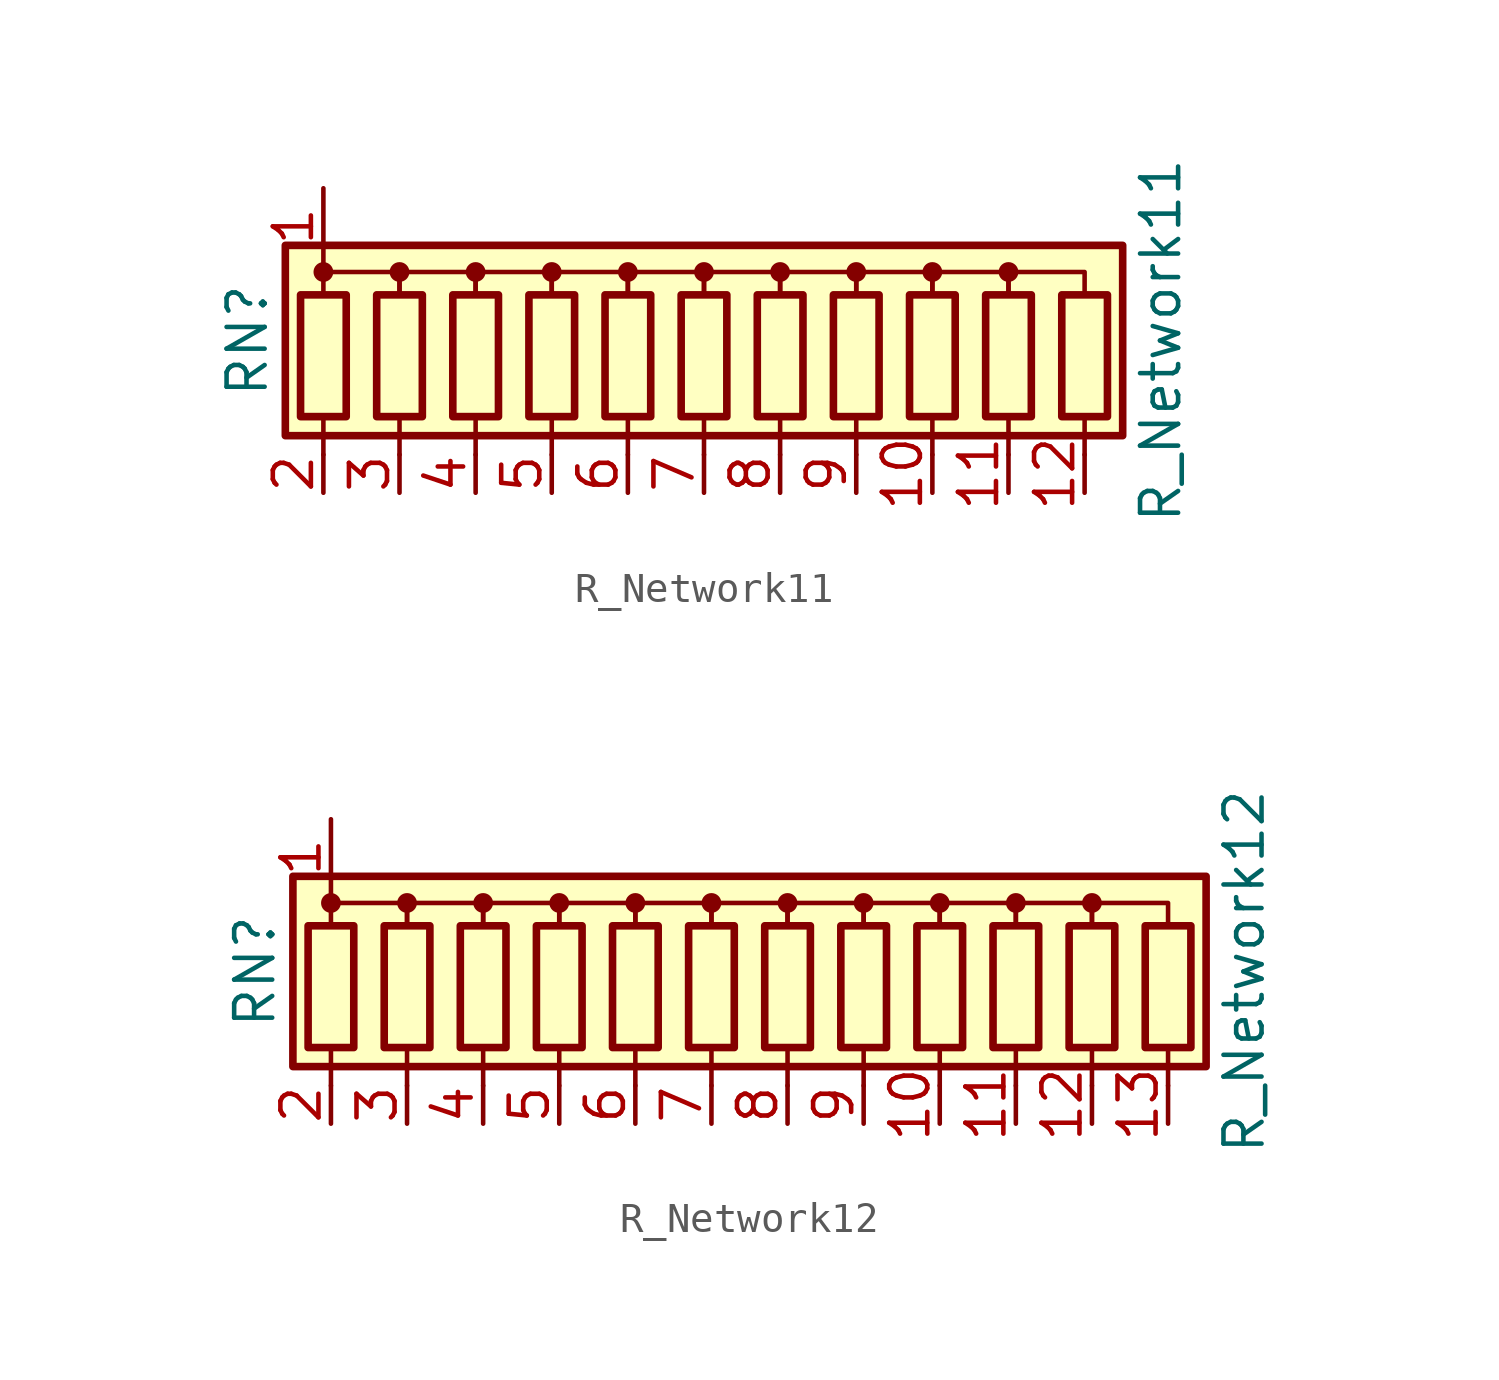
<source format=kicad_sym>
(kicad_symbol_lib
  (version 20201005)
  (generator kicad_symbol_editor)
  (symbol "R_Network11"
    (pin_names
      (offset 0) hide)
    (property "Reference" "RN"
      (at -15.24 0 90)
      (effects (font (size 1.27 1.27))))
    (property "Value" "R_Network11"
      (at 15.24 0 90)
      (effects (font (size 1.27 1.27))))
    (symbol "R_Network11_0_1"
      (circle (center -12.7 2.286) (radius 0.254) (stroke (width 0)) (fill (type outline)))
      (circle (center -10.16 2.286) (radius 0.254) (stroke (width 0)) (fill (type outline)))
      (circle (center -7.62 2.286) (radius 0.254) (stroke (width 0)) (fill (type outline)))
      (circle (center -5.08 2.286) (radius 0.254) (stroke (width 0)) (fill (type outline)))
      (circle (center -2.54 2.286) (radius 0.254) (stroke (width 0)) (fill (type outline)))
      (circle (center 0 2.286) (radius 0.254) (stroke (width 0)) (fill (type outline)))
      (circle (center 2.54 2.286) (radius 0.254) (stroke (width 0)) (fill (type outline)))
      (circle (center 5.08 2.286) (radius 0.254) (stroke (width 0)) (fill (type outline)))
      (circle (center 7.62 2.286) (radius 0.254) (stroke (width 0)) (fill (type outline)))
      (circle (center 10.16 2.286) (radius 0.254) (stroke (width 0)) (fill (type outline)))
      (rectangle (start -13.462 1.524) (end -11.938 -2.54) (stroke (width 0.254)) (fill (type none)))
      (rectangle (start -10.922 1.524) (end -9.398 -2.54) (stroke (width 0.254)) (fill (type none)))
      (rectangle (start -8.382 1.524) (end -6.858 -2.54) (stroke (width 0.254)) (fill (type none)))
      (rectangle (start -5.842 1.524) (end -4.318 -2.54) (stroke (width 0.254)) (fill (type none)))
      (rectangle (start -3.302 1.524) (end -1.778 -2.54) (stroke (width 0.254)) (fill (type none)))
      (rectangle (start -0.762 1.524) (end 0.762 -2.54) (stroke (width 0.254)) (fill (type none)))
      (rectangle (start 1.778 1.524) (end 3.302 -2.54) (stroke (width 0.254)) (fill (type none)))
      (rectangle (start 4.318 1.524) (end 5.842 -2.54) (stroke (width 0.254)) (fill (type none)))
      (rectangle (start 6.858 1.524) (end 8.382 -2.54) (stroke (width 0.254)) (fill (type none)))
      (rectangle (start 9.398 1.524) (end 10.922 -2.54) (stroke (width 0.254)) (fill (type none)))
      (rectangle (start 11.938 1.524) (end 13.462 -2.54) (stroke (width 0.254)) (fill (type none)))
      (rectangle (start -13.97 -3.175) (end 13.97 3.175) (stroke (width 0.254)) (fill (type background)))
      (polyline (pts (xy -12.7 -2.54) (xy -12.7 -3.81)) (stroke (width 0)) (fill (type none)))
      (polyline (pts (xy -10.16 -2.54) (xy -10.16 -3.81)) (stroke (width 0)) (fill (type none)))
      (polyline (pts (xy -7.62 -2.54) (xy -7.62 -3.81)) (stroke (width 0)) (fill (type none)))
      (polyline (pts (xy -5.08 -2.54) (xy -5.08 -3.81)) (stroke (width 0)) (fill (type none)))
      (polyline (pts (xy -2.54 -2.54) (xy -2.54 -3.81)) (stroke (width 0)) (fill (type none)))
      (polyline (pts (xy 0 -2.54) (xy 0 -3.81)) (stroke (width 0)) (fill (type none)))
      (polyline (pts (xy 2.54 -2.54) (xy 2.54 -3.81)) (stroke (width 0)) (fill (type none)))
      (polyline (pts (xy 5.08 -2.54) (xy 5.08 -3.81)) (stroke (width 0)) (fill (type none)))
      (polyline (pts (xy 7.62 -2.54) (xy 7.62 -3.81)) (stroke (width 0)) (fill (type none)))
      (polyline (pts (xy 10.16 -2.54) (xy 10.16 -3.81)) (stroke (width 0)) (fill (type none)))
      (polyline (pts (xy 12.7 -2.54) (xy 12.7 -3.81)) (stroke (width 0)) (fill (type none)))
      (polyline (pts (xy -12.7 1.524) (xy -12.7 2.286) (xy -10.16 2.286) (xy -10.16 1.524)) (stroke (width 0)) (fill (type none)))
      (polyline (pts (xy -10.16 1.524) (xy -10.16 2.286) (xy -7.62 2.286) (xy -7.62 1.524)) (stroke (width 0)) (fill (type none)))
      (polyline (pts (xy -7.62 1.524) (xy -7.62 2.286) (xy -5.08 2.286) (xy -5.08 1.524)) (stroke (width 0)) (fill (type none)))
      (polyline (pts (xy -5.08 1.524) (xy -5.08 2.286) (xy -2.54 2.286) (xy -2.54 1.524)) (stroke (width 0)) (fill (type none)))
      (polyline (pts (xy -2.54 1.524) (xy -2.54 2.286) (xy 0 2.286) (xy 0 1.524)) (stroke (width 0)) (fill (type none)))
      (polyline (pts (xy 0 1.524) (xy 0 2.286) (xy 2.54 2.286) (xy 2.54 1.524)) (stroke (width 0)) (fill (type none)))
      (polyline (pts (xy 2.54 1.524) (xy 2.54 2.286) (xy 5.08 2.286) (xy 5.08 1.524)) (stroke (width 0)) (fill (type none)))
      (polyline (pts (xy 5.08 1.524) (xy 5.08 2.286) (xy 7.62 2.286) (xy 7.62 1.524)) (stroke (width 0)) (fill (type none)))
      (polyline (pts (xy 7.62 1.524) (xy 7.62 2.286) (xy 10.16 2.286) (xy 10.16 1.524)) (stroke (width 0)) (fill (type none)))
      (polyline (pts (xy 10.16 1.524) (xy 10.16 2.286) (xy 12.7 2.286) (xy 12.7 1.524)) (stroke (width 0)) (fill (type none))))
    (symbol "R_Network11_1_1"
      (pin passive line (at -12.7 5.08 270) (length 2.54) (name "common" (effects (font (size 1.27 1.27)))) (number "1" (effects (font (size 1.27 1.27)))))
      (pin passive line (at 7.62 -5.08 90) (length 1.27) (name "R9" (effects (font (size 1.27 1.27)))) (number "10" (effects (font (size 1.27 1.27)))))
      (pin passive line (at 10.16 -5.08 90) (length 1.27) (name "R10" (effects (font (size 1.27 1.27)))) (number "11" (effects (font (size 1.27 1.27)))))
      (pin passive line (at 12.7 -5.08 90) (length 1.27) (name "R11" (effects (font (size 1.27 1.27)))) (number "12" (effects (font (size 1.27 1.27)))))
      (pin passive line (at -12.7 -5.08 90) (length 1.27) (name "R1" (effects (font (size 1.27 1.27)))) (number "2" (effects (font (size 1.27 1.27)))))
      (pin passive line (at -10.16 -5.08 90) (length 1.27) (name "R2" (effects (font (size 1.27 1.27)))) (number "3" (effects (font (size 1.27 1.27)))))
      (pin passive line (at -7.62 -5.08 90) (length 1.27) (name "R3" (effects (font (size 1.27 1.27)))) (number "4" (effects (font (size 1.27 1.27)))))
      (pin passive line (at -5.08 -5.08 90) (length 1.27) (name "R4" (effects (font (size 1.27 1.27)))) (number "5" (effects (font (size 1.27 1.27)))))
      (pin passive line (at -2.54 -5.08 90) (length 1.27) (name "R5" (effects (font (size 1.27 1.27)))) (number "6" (effects (font (size 1.27 1.27)))))
      (pin passive line (at 0 -5.08 90) (length 1.27) (name "R6" (effects (font (size 1.27 1.27)))) (number "7" (effects (font (size 1.27 1.27)))))
      (pin passive line (at 2.54 -5.08 90) (length 1.27) (name "R7" (effects (font (size 1.27 1.27)))) (number "8" (effects (font (size 1.27 1.27)))))
      (pin passive line (at 5.08 -5.08 90) (length 1.27) (name "R8" (effects (font (size 1.27 1.27)))) (number "9" (effects (font (size 1.27 1.27)))))))
  (symbol "R_Network12"
    (pin_names
      (offset 0) hide)
    (property "Reference" "RN"
      (at -17.78 0 90)
      (effects (font (size 1.27 1.27))))
    (property "Value" "R_Network12"
      (at 15.24 0 90)
      (effects (font (size 1.27 1.27))))
    (symbol "R_Network12_0_1"
      (circle (center -15.24 2.286) (radius 0.254) (stroke (width 0)) (fill (type outline)))
      (circle (center -12.7 2.286) (radius 0.254) (stroke (width 0)) (fill (type outline)))
      (circle (center -10.16 2.286) (radius 0.254) (stroke (width 0)) (fill (type outline)))
      (circle (center -7.62 2.286) (radius 0.254) (stroke (width 0)) (fill (type outline)))
      (circle (center -5.08 2.286) (radius 0.254) (stroke (width 0)) (fill (type outline)))
      (circle (center -2.54 2.286) (radius 0.254) (stroke (width 0)) (fill (type outline)))
      (circle (center 0 2.286) (radius 0.254) (stroke (width 0)) (fill (type outline)))
      (circle (center 2.54 2.286) (radius 0.254) (stroke (width 0)) (fill (type outline)))
      (circle (center 5.08 2.286) (radius 0.254) (stroke (width 0)) (fill (type outline)))
      (circle (center 7.62 2.286) (radius 0.254) (stroke (width 0)) (fill (type outline)))
      (circle (center 10.16 2.286) (radius 0.254) (stroke (width 0)) (fill (type outline)))
      (rectangle (start -16.002 1.524) (end -14.478 -2.54) (stroke (width 0.254)) (fill (type none)))
      (rectangle (start -13.462 1.524) (end -11.938 -2.54) (stroke (width 0.254)) (fill (type none)))
      (rectangle (start -10.922 1.524) (end -9.398 -2.54) (stroke (width 0.254)) (fill (type none)))
      (rectangle (start -8.382 1.524) (end -6.858 -2.54) (stroke (width 0.254)) (fill (type none)))
      (rectangle (start -5.842 1.524) (end -4.318 -2.54) (stroke (width 0.254)) (fill (type none)))
      (rectangle (start -3.302 1.524) (end -1.778 -2.54) (stroke (width 0.254)) (fill (type none)))
      (rectangle (start -0.762 1.524) (end 0.762 -2.54) (stroke (width 0.254)) (fill (type none)))
      (rectangle (start 1.778 1.524) (end 3.302 -2.54) (stroke (width 0.254)) (fill (type none)))
      (rectangle (start 4.318 1.524) (end 5.842 -2.54) (stroke (width 0.254)) (fill (type none)))
      (rectangle (start 6.858 1.524) (end 8.382 -2.54) (stroke (width 0.254)) (fill (type none)))
      (rectangle (start 9.398 1.524) (end 10.922 -2.54) (stroke (width 0.254)) (fill (type none)))
      (rectangle (start 11.938 1.524) (end 13.462 -2.54) (stroke (width 0.254)) (fill (type none)))
      (rectangle (start -16.51 -3.175) (end 13.97 3.175) (stroke (width 0.254)) (fill (type background)))
      (polyline (pts (xy -15.24 -2.54) (xy -15.24 -3.81)) (stroke (width 0)) (fill (type none)))
      (polyline (pts (xy -12.7 -2.54) (xy -12.7 -3.81)) (stroke (width 0)) (fill (type none)))
      (polyline (pts (xy -10.16 -2.54) (xy -10.16 -3.81)) (stroke (width 0)) (fill (type none)))
      (polyline (pts (xy -7.62 -2.54) (xy -7.62 -3.81)) (stroke (width 0)) (fill (type none)))
      (polyline (pts (xy -5.08 -2.54) (xy -5.08 -3.81)) (stroke (width 0)) (fill (type none)))
      (polyline (pts (xy -2.54 -2.54) (xy -2.54 -3.81)) (stroke (width 0)) (fill (type none)))
      (polyline (pts (xy 0 -2.54) (xy 0 -3.81)) (stroke (width 0)) (fill (type none)))
      (polyline (pts (xy 2.54 -2.54) (xy 2.54 -3.81)) (stroke (width 0)) (fill (type none)))
      (polyline (pts (xy 5.08 -2.54) (xy 5.08 -3.81)) (stroke (width 0)) (fill (type none)))
      (polyline (pts (xy 7.62 -2.54) (xy 7.62 -3.81)) (stroke (width 0)) (fill (type none)))
      (polyline (pts (xy 10.16 -2.54) (xy 10.16 -3.81)) (stroke (width 0)) (fill (type none)))
      (polyline (pts (xy 12.7 -2.54) (xy 12.7 -3.81)) (stroke (width 0)) (fill (type none)))
      (polyline (pts (xy -15.24 1.524) (xy -15.24 2.286) (xy -12.7 2.286) (xy -12.7 1.524)) (stroke (width 0)) (fill (type none)))
      (polyline (pts (xy -12.7 1.524) (xy -12.7 2.286) (xy -10.16 2.286) (xy -10.16 1.524)) (stroke (width 0)) (fill (type none)))
      (polyline (pts (xy -10.16 1.524) (xy -10.16 2.286) (xy -7.62 2.286) (xy -7.62 1.524)) (stroke (width 0)) (fill (type none)))
      (polyline (pts (xy -7.62 1.524) (xy -7.62 2.286) (xy -5.08 2.286) (xy -5.08 1.524)) (stroke (width 0)) (fill (type none)))
      (polyline (pts (xy -5.08 1.524) (xy -5.08 2.286) (xy -2.54 2.286) (xy -2.54 1.524)) (stroke (width 0)) (fill (type none)))
      (polyline (pts (xy -2.54 1.524) (xy -2.54 2.286) (xy 0 2.286) (xy 0 1.524)) (stroke (width 0)) (fill (type none)))
      (polyline (pts (xy 0 1.524) (xy 0 2.286) (xy 2.54 2.286) (xy 2.54 1.524)) (stroke (width 0)) (fill (type none)))
      (polyline (pts (xy 2.54 1.524) (xy 2.54 2.286) (xy 5.08 2.286) (xy 5.08 1.524)) (stroke (width 0)) (fill (type none)))
      (polyline (pts (xy 5.08 1.524) (xy 5.08 2.286) (xy 7.62 2.286) (xy 7.62 1.524)) (stroke (width 0)) (fill (type none)))
      (polyline (pts (xy 7.62 1.524) (xy 7.62 2.286) (xy 10.16 2.286) (xy 10.16 1.524)) (stroke (width 0)) (fill (type none)))
      (polyline (pts (xy 10.16 1.524) (xy 10.16 2.286) (xy 12.7 2.286) (xy 12.7 1.524)) (stroke (width 0)) (fill (type none))))
    (symbol "R_Network12_1_1"
      (pin passive line (at -15.24 5.08 270) (length 2.54) (name "common" (effects (font (size 1.27 1.27)))) (number "1" (effects (font (size 1.27 1.27)))))
      (pin passive line (at 5.08 -5.08 90) (length 1.27) (name "R9" (effects (font (size 1.27 1.27)))) (number "10" (effects (font (size 1.27 1.27)))))
      (pin passive line (at 7.62 -5.08 90) (length 1.27) (name "R10" (effects (font (size 1.27 1.27)))) (number "11" (effects (font (size 1.27 1.27)))))
      (pin passive line (at 10.16 -5.08 90) (length 1.27) (name "R11" (effects (font (size 1.27 1.27)))) (number "12" (effects (font (size 1.27 1.27)))))
      (pin passive line (at 12.7 -5.08 90) (length 1.27) (name "R12" (effects (font (size 1.27 1.27)))) (number "13" (effects (font (size 1.27 1.27)))))
      (pin passive line (at -15.24 -5.08 90) (length 1.27) (name "R1" (effects (font (size 1.27 1.27)))) (number "2" (effects (font (size 1.27 1.27)))))
      (pin passive line (at -12.7 -5.08 90) (length 1.27) (name "R2" (effects (font (size 1.27 1.27)))) (number "3" (effects (font (size 1.27 1.27)))))
      (pin passive line (at -10.16 -5.08 90) (length 1.27) (name "R3" (effects (font (size 1.27 1.27)))) (number "4" (effects (font (size 1.27 1.27)))))
      (pin passive line (at -7.62 -5.08 90) (length 1.27) (name "R4" (effects (font (size 1.27 1.27)))) (number "5" (effects (font (size 1.27 1.27)))))
      (pin passive line (at -5.08 -5.08 90) (length 1.27) (name "R5" (effects (font (size 1.27 1.27)))) (number "6" (effects (font (size 1.27 1.27)))))
      (pin passive line (at -2.54 -5.08 90) (length 1.27) (name "R6" (effects (font (size 1.27 1.27)))) (number "7" (effects (font (size 1.27 1.27)))))
      (pin passive line (at 0 -5.08 90) (length 1.27) (name "R7" (effects (font (size 1.27 1.27)))) (number "8" (effects (font (size 1.27 1.27)))))
      (pin passive line (at 2.54 -5.08 90) (length 1.27) (name "R8" (effects (font (size 1.27 1.27)))) (number "9" (effects (font (size 1.27 1.27))))))))
</source>
